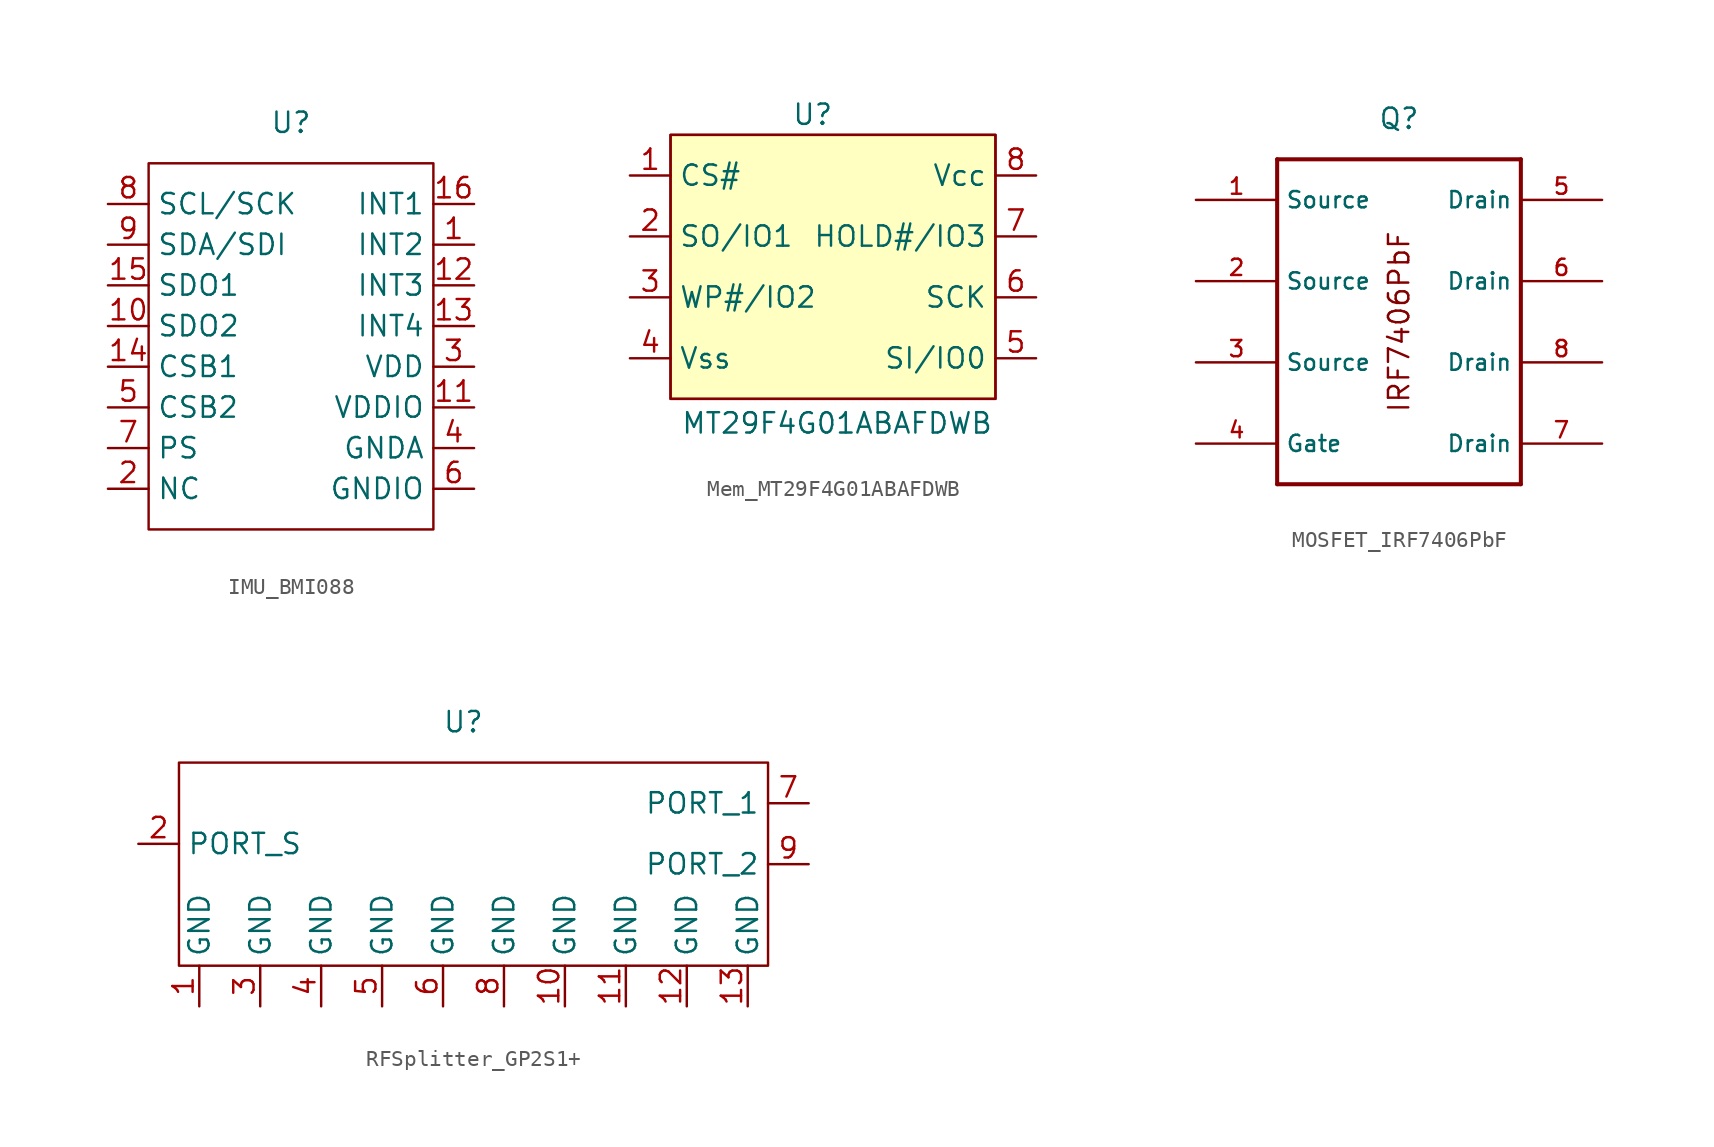
<source format=kicad_sym>
(kicad_symbol_lib
  (version 20231120)
  (generator "kicad_symbol_editor")
  (generator_version "8.0")
  (symbol "IMU_BMI088"
    (property "Reference" "U"
      (at 0 0 0)
      (effects (font (size 1.27 1.27))))
    (property "Value" ""
      (at 0 0 0)
      (effects (font (size 1.27 1.27))))
    (symbol "IMU_BMI088_0_1"
      (rectangle (start -8.89 -2.54) (end 8.89 -25.4) (stroke (width 0) (type default)) (fill (type none))))
    (symbol "IMU_BMI088_1_1"
      (pin bidirectional line (at 11.43 -7.62 180) (length 2.54) (name "INT2" (effects (font (size 1.27 1.27)))) (number "1" (effects (font (size 1.27 1.27)))))
      (pin output line (at -11.43 -12.7 0) (length 2.54) (name "SDO2" (effects (font (size 1.27 1.27)))) (number "10" (effects (font (size 1.27 1.27)))))
      (pin power_in line (at 11.43 -17.78 180) (length 2.54) (name "VDDIO" (effects (font (size 1.27 1.27)))) (number "11" (effects (font (size 1.27 1.27)))))
      (pin bidirectional line (at 11.43 -10.16 180) (length 2.54) (name "INT3" (effects (font (size 1.27 1.27)))) (number "12" (effects (font (size 1.27 1.27)))))
      (pin bidirectional line (at 11.43 -12.7 180) (length 2.54) (name "INT4" (effects (font (size 1.27 1.27)))) (number "13" (effects (font (size 1.27 1.27)))))
      (pin input line (at -11.43 -15.24 0) (length 2.54) (name "CSB1" (effects (font (size 1.27 1.27)))) (number "14" (effects (font (size 1.27 1.27)))))
      (pin output line (at -11.43 -10.16 0) (length 2.54) (name "SDO1" (effects (font (size 1.27 1.27)))) (number "15" (effects (font (size 1.27 1.27)))))
      (pin bidirectional line (at 11.43 -5.08 180) (length 2.54) (name "INT1" (effects (font (size 1.27 1.27)))) (number "16" (effects (font (size 1.27 1.27)))))
      (pin unspecified line (at -11.43 -22.86 0) (length 2.54) (name "NC" (effects (font (size 1.27 1.27)))) (number "2" (effects (font (size 1.27 1.27)))))
      (pin power_in line (at 11.43 -15.24 180) (length 2.54) (name "VDD" (effects (font (size 1.27 1.27)))) (number "3" (effects (font (size 1.27 1.27)))))
      (pin power_in line (at 11.43 -20.32 180) (length 2.54) (name "GNDA" (effects (font (size 1.27 1.27)))) (number "4" (effects (font (size 1.27 1.27)))))
      (pin input line (at -11.43 -17.78 0) (length 2.54) (name "CSB2" (effects (font (size 1.27 1.27)))) (number "5" (effects (font (size 1.27 1.27)))))
      (pin input line (at 11.43 -22.86 180) (length 2.54) (name "GNDIO" (effects (font (size 1.27 1.27)))) (number "6" (effects (font (size 1.27 1.27)))))
      (pin input line (at -11.43 -20.32 0) (length 2.54) (name "PS" (effects (font (size 1.27 1.27)))) (number "7" (effects (font (size 1.27 1.27)))))
      (pin input line (at -11.43 -5.08 0) (length 2.54) (name "SCL/SCK" (effects (font (size 1.27 1.27)))) (number "8" (effects (font (size 1.27 1.27)))))
      (pin bidirectional line (at -11.43 -7.62 0) (length 2.54) (name "SDA/SDI" (effects (font (size 1.27 1.27)))) (number "9" (effects (font (size 1.27 1.27)))))))
  (symbol "Mem_MT29F4G01ABAFDWB"
    (property "Reference" "U"
      (at -1.27 10.16 0)
      (effects (font (size 1.27 1.27))))
    (property "Value" "MT29F4G01ABAFDWB"
      (at 0.254 -9.144 0)
      (effects (font (size 1.27 1.27))))
    (symbol "Mem_MT29F4G01ABAFDWB_0_1"
      (rectangle (start -10.16 8.89) (end 10.16 -7.62) (stroke (width 0) (type default)) (fill (type none))))
    (symbol "Mem_MT29F4G01ABAFDWB_1_1"
      (text_box "" (at -10.16 8.89 0) (size 20.32 -16.51) (stroke (width 0) (type default)) (fill (type color) (color 255 255 194 1)) (effects (font (size 1.27 1.27)) (justify left top)))
      (pin input line (at -12.7 6.35 0) (length 2.54) (name "CS#" (effects (font (size 1.27 1.27)))) (number "1" (effects (font (size 1.27 1.27)))))
      (pin bidirectional line (at -12.7 2.54 0) (length 2.54) (name "SO/IO1" (effects (font (size 1.27 1.27)))) (number "2" (effects (font (size 1.27 1.27)))))
      (pin bidirectional line (at -12.7 -1.27 0) (length 2.54) (name "WP#/IO2" (effects (font (size 1.27 1.27)))) (number "3" (effects (font (size 1.27 1.27)))))
      (pin power_in line (at -12.7 -5.08 0) (length 2.54) (name "Vss" (effects (font (size 1.27 1.27)))) (number "4" (effects (font (size 1.27 1.27)))))
      (pin bidirectional line (at 12.7 -5.08 180) (length 2.54) (name "SI/IO0" (effects (font (size 1.27 1.27)))) (number "5" (effects (font (size 1.27 1.27)))))
      (pin input line (at 12.7 -1.27 180) (length 2.54) (name "SCK" (effects (font (size 1.27 1.27)))) (number "6" (effects (font (size 1.27 1.27)))))
      (pin bidirectional line (at 12.7 2.54 180) (length 2.54) (name "HOLD#/IO3" (effects (font (size 1.27 1.27)))) (number "7" (effects (font (size 1.27 1.27)))))
      (pin power_in line (at 12.7 6.35 180) (length 2.54) (name "Vcc" (effects (font (size 1.27 1.27)))) (number "8" (effects (font (size 1.27 1.27)))))))
  (symbol "MOSFET_IRF7406PbF"
    (property "Reference" "Q"
      (at 0 0 0)
      (effects (font (size 1.27 1.27))))
    (property "Value" ""
      (at 0 0 0)
      (effects (font (size 1.27 1.27))))
    (symbol "MOSFET_IRF7406PbF_0_0"
      (polyline (pts (xy -7.62 -22.86) (xy -7.62 -2.54)) (stroke (width 0.254) (type solid)) (fill (type none)))
      (polyline (pts (xy -7.62 -2.54) (xy 7.62 -2.54)) (stroke (width 0.254) (type solid)) (fill (type none)))
      (polyline (pts (xy 7.62 -22.86) (xy -7.62 -22.86)) (stroke (width 0.254) (type solid)) (fill (type none)))
      (polyline (pts (xy 7.62 -2.54) (xy 7.62 -22.86)) (stroke (width 0.254) (type solid)) (fill (type none)))
      (pin bidirectional line (at -12.7 -5.08 0) (length 5.08) (name "Source" (effects (font (size 1.016 1.016)))) (number "1" (effects (font (size 1.016 1.016)))))
      (pin bidirectional line (at -12.7 -15.24 0) (length 5.08) (name "Source" (effects (font (size 1.016 1.016)))) (number "3" (effects (font (size 1.016 1.016)))))
      (pin bidirectional line (at -12.7 -20.32 0) (length 5.08) (name "Gate" (effects (font (size 1.016 1.016)))) (number "4" (effects (font (size 1.016 1.016)))))
      (pin bidirectional line (at 12.7 -5.08 180) (length 5.08) (name "Drain" (effects (font (size 1.016 1.016)))) (number "5" (effects (font (size 1.016 1.016)))))
      (pin bidirectional line (at 12.7 -10.16 180) (length 5.08) (name "Drain" (effects (font (size 1.016 1.016)))) (number "6" (effects (font (size 1.016 1.016)))))
      (pin bidirectional line (at 12.7 -20.32 180) (length 5.08) (name "Drain" (effects (font (size 1.016 1.016)))) (number "7" (effects (font (size 1.016 1.016)))))
      (pin bidirectional line (at 12.7 -15.24 180) (length 5.08) (name "Drain" (effects (font (size 1.016 1.016)))) (number "8" (effects (font (size 1.016 1.016))))))
    (symbol "MOSFET_IRF7406PbF_1_0"
      (pin bidirectional line (at -12.7 -10.16 0) (length 5.08) (name "Source" (effects (font (size 1.016 1.016)))) (number "2" (effects (font (size 1.016 1.016))))))
    (symbol "MOSFET_IRF7406PbF_1_1"
      (text "IRF7406PbF" (at 0 -12.7 900) (effects (font (size 1.27 1.27))))))
  (symbol "RFSplitter_GP2S1+"
    (property "Reference" "U"
      (at 0 0 0)
      (effects (font (size 1.27 1.27))))
    (property "Value" ""
      (at 0 0 0)
      (effects (font (size 1.27 1.27))))
    (symbol "RFSplitter_GP2S1+_1_1"
      (rectangle (start -17.78 -2.54) (end 19.05 -15.24) (stroke (width 0) (type default)) (fill (type none)))
      (pin power_in line (at -16.51 -17.78 90) (length 2.54) (name "GND" (effects (font (size 1.27 1.27)))) (number "1" (effects (font (size 1.27 1.27)))))
      (pin power_in line (at 6.35 -17.78 90) (length 2.54) (name "GND" (effects (font (size 1.27 1.27)))) (number "10" (effects (font (size 1.27 1.27)))))
      (pin power_in line (at 10.16 -17.78 90) (length 2.54) (name "GND" (effects (font (size 1.27 1.27)))) (number "11" (effects (font (size 1.27 1.27)))))
      (pin power_in line (at 13.97 -17.78 90) (length 2.54) (name "GND" (effects (font (size 1.27 1.27)))) (number "12" (effects (font (size 1.27 1.27)))))
      (pin power_in line (at 17.78 -17.78 90) (length 2.54) (name "GND" (effects (font (size 1.27 1.27)))) (number "13" (effects (font (size 1.27 1.27)))))
      (pin bidirectional line (at -20.32 -7.62 0) (length 2.54) (name "PORT_S" (effects (font (size 1.27 1.27)))) (number "2" (effects (font (size 1.27 1.27)))))
      (pin power_in line (at -12.7 -17.78 90) (length 2.54) (name "GND" (effects (font (size 1.27 1.27)))) (number "3" (effects (font (size 1.27 1.27)))))
      (pin power_in line (at -8.89 -17.78 90) (length 2.54) (name "GND" (effects (font (size 1.27 1.27)))) (number "4" (effects (font (size 1.27 1.27)))))
      (pin power_in line (at -5.08 -17.78 90) (length 2.54) (name "GND" (effects (font (size 1.27 1.27)))) (number "5" (effects (font (size 1.27 1.27)))))
      (pin power_in line (at -1.27 -17.78 90) (length 2.54) (name "GND" (effects (font (size 1.27 1.27)))) (number "6" (effects (font (size 1.27 1.27)))))
      (pin bidirectional line (at 21.59 -5.08 180) (length 2.54) (name "PORT_1" (effects (font (size 1.27 1.27)))) (number "7" (effects (font (size 1.27 1.27)))))
      (pin power_in line (at 2.54 -17.78 90) (length 2.54) (name "GND" (effects (font (size 1.27 1.27)))) (number "8" (effects (font (size 1.27 1.27)))))
      (pin bidirectional line (at 21.59 -8.89 180) (length 2.54) (name "PORT_2" (effects (font (size 1.27 1.27)))) (number "9" (effects (font (size 1.27 1.27))))))))
</source>
